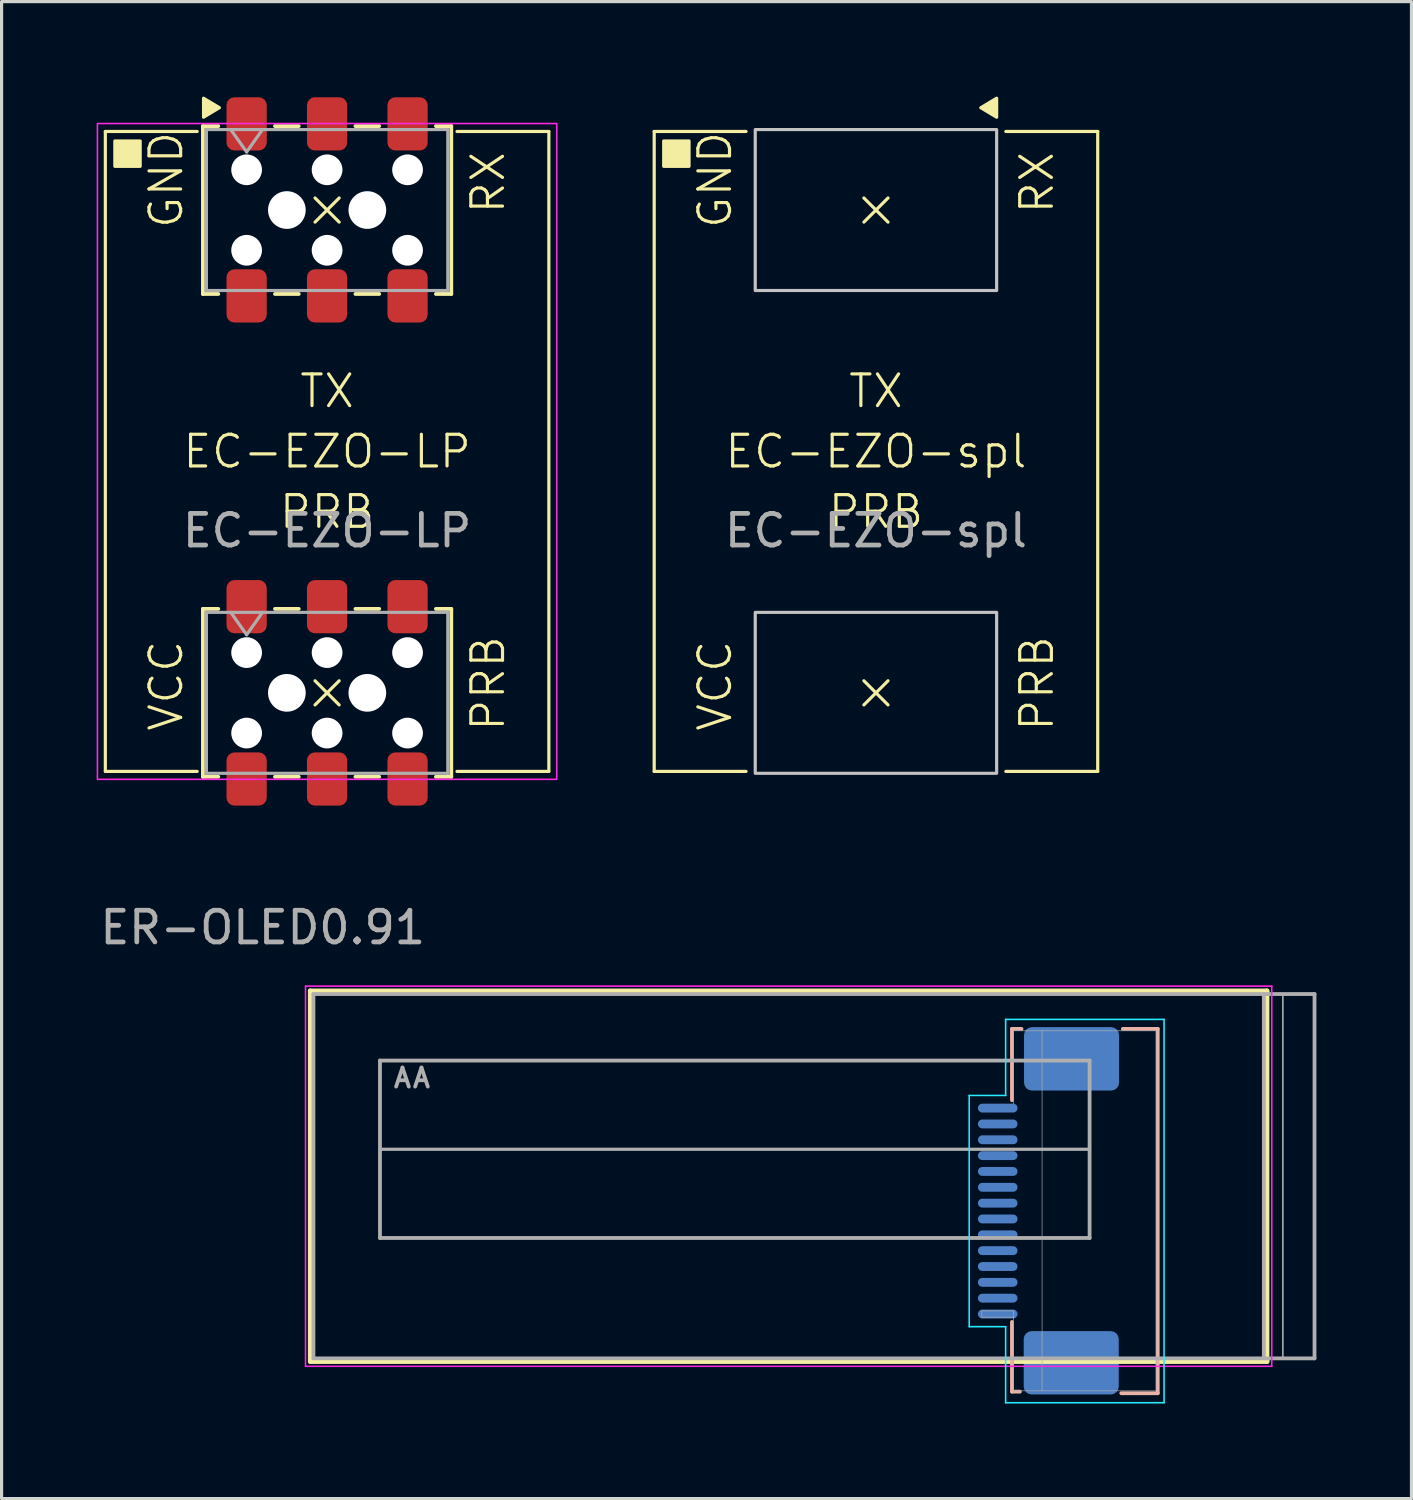
<source format=kicad_pcb>
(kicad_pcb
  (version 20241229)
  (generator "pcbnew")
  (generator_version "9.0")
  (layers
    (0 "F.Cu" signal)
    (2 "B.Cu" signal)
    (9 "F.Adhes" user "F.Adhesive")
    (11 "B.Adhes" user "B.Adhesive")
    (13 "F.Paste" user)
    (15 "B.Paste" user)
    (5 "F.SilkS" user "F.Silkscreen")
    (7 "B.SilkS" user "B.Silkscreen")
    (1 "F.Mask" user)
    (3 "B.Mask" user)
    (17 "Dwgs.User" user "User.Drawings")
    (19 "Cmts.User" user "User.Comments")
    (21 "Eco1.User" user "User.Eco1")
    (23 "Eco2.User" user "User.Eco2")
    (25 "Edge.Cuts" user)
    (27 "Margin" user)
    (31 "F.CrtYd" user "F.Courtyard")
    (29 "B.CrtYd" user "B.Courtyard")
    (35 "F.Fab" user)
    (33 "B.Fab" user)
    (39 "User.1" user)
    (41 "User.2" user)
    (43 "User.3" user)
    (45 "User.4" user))
  (footprint "EC-EZO-LP"
    (layer "F.Cu")
    (at 7.275 11.2)
    (property "Reference" "EC-EZO-LP" (at 0 0 0) (unlocked yes) (layer "F.SilkS") (effects (font (size 1 1) (thickness 0.1))))
    (attr through_hole)
    (fp_line (start -7 -10.1) (end -7 10.1) (stroke (width 0.1) (type default)) (layer "F.SilkS"))
    (fp_line (start -7 10.1) (end -4.1 10.1) (stroke (width 0.1) (type default)) (layer "F.SilkS"))
    (fp_line (start -4.1 -10.1) (end -7 -10.1) (stroke (width 0.1) (type default)) (layer "F.SilkS"))
    (fp_line (start -3.92 -10.27) (end -3.92 -4.97) (stroke (width 0.12) (type solid)) (layer "F.SilkS"))
    (fp_line (start -3.92 -4.97) (end -3.435 -4.97) (stroke (width 0.12) (type solid)) (layer "F.SilkS"))
    (fp_line (start -3.92 4.97) (end -3.92 10.27) (stroke (width 0.12) (type solid)) (layer "F.SilkS"))
    (fp_line (start -3.92 10.27) (end -3.435 10.27) (stroke (width 0.12) (type solid)) (layer "F.SilkS"))
    (fp_line (start -3.435 -10.27) (end -3.92 -10.27) (stroke (width 0.12) (type solid)) (layer "F.SilkS"))
    (fp_line (start -3.435 4.97) (end -3.92 4.97) (stroke (width 0.12) (type solid)) (layer "F.SilkS"))
    (fp_line (start -1.645 -10.27) (end -0.895 -10.27) (stroke (width 0.12) (type solid)) (layer "F.SilkS"))
    (fp_line (start -1.645 -4.97) (end -0.895 -4.97) (stroke (width 0.12) (type solid)) (layer "F.SilkS"))
    (fp_line (start -1.645 4.97) (end -0.895 4.97) (stroke (width 0.12) (type solid)) (layer "F.SilkS"))
    (fp_line (start -1.645 10.27) (end -0.895 10.27) (stroke (width 0.12) (type solid)) (layer "F.SilkS"))
    (fp_line (start -0.381 -8.001) (end 0.381 -7.239) (stroke (width 0.1) (type default)) (layer "F.SilkS"))
    (fp_line (start -0.381 7.239) (end 0.381 8.001) (stroke (width 0.1) (type default)) (layer "F.SilkS"))
    (fp_line (start 0.381 -8.001) (end -0.381 -7.239) (stroke (width 0.1) (type default)) (layer "F.SilkS"))
    (fp_line (start 0.381 7.239) (end -0.381 8.001) (stroke (width 0.1) (type default)) (layer "F.SilkS"))
    (fp_line (start 0.895 -10.27) (end 1.645 -10.27) (stroke (width 0.12) (type solid)) (layer "F.SilkS"))
    (fp_line (start 0.895 -4.97) (end 1.645 -4.97) (stroke (width 0.12) (type solid)) (layer "F.SilkS"))
    (fp_line (start 0.895 4.97) (end 1.645 4.97) (stroke (width 0.12) (type solid)) (layer "F.SilkS"))
    (fp_line (start 0.895 10.27) (end 1.645 10.27) (stroke (width 0.12) (type solid)) (layer "F.SilkS"))
    (fp_line (start 3.435 -10.27) (end 3.92 -10.27) (stroke (width 0.12) (type solid)) (layer "F.SilkS"))
    (fp_line (start 3.435 4.97) (end 3.92 4.97) (stroke (width 0.12) (type solid)) (layer "F.SilkS"))
    (fp_line (start 3.92 -10.27) (end 3.92 -4.97) (stroke (width 0.12) (type solid)) (layer "F.SilkS"))
    (fp_line (start 3.92 -4.97) (end 3.435 -4.97) (stroke (width 0.12) (type solid)) (layer "F.SilkS"))
    (fp_line (start 3.92 4.97) (end 3.92 10.27) (stroke (width 0.12) (type solid)) (layer "F.SilkS"))
    (fp_line (start 3.92 10.27) (end 3.435 10.27) (stroke (width 0.12) (type solid)) (layer "F.SilkS"))
    (fp_line (start 4.1 10.1) (end 7 10.1) (stroke (width 0.1) (type default)) (layer "F.SilkS"))
    (fp_line (start 7 -10.1) (end 4.1 -10.1) (stroke (width 0.1) (type default)) (layer "F.SilkS"))
    (fp_line (start 7 10.1) (end 7 -10.1) (stroke (width 0.1) (type default)) (layer "F.SilkS"))
    (fp_rect (start -6.7 -9.8) (end -5.9 -9) (stroke (width 0.1) (type solid)) (fill yes) (layer "F.SilkS"))
    (fp_poly (pts (xy -3.9 -10.55) (xy -3.4 -10.85) (xy -3.9 -11.15)) (stroke (width 0.1) (type solid)) (fill yes) (layer "F.SilkS"))
    (fp_rect (start -7.25 -10.35) (end 7.25 10.35) (stroke (width 0.05) (type default)) (fill no) (layer "F.CrtYd"))
    (fp_line (start -3.81 -10.16) (end 3.81 -10.16) (stroke (width 0.1) (type solid)) (layer "F.Fab"))
    (fp_line (start -3.81 -5.08) (end -3.81 -10.16) (stroke (width 0.1) (type solid)) (layer "F.Fab"))
    (fp_line (start -3.81 5.08) (end 3.81 5.08) (stroke (width 0.1) (type solid)) (layer "F.Fab"))
    (fp_line (start -3.81 10.16) (end -3.81 5.08) (stroke (width 0.1) (type solid)) (layer "F.Fab"))
    (fp_line (start -3.04 -10.16) (end -2.54 -9.453) (stroke (width 0.1) (type solid)) (layer "F.Fab"))
    (fp_line (start -3.04 5.08) (end -2.54 5.787) (stroke (width 0.1) (type solid)) (layer "F.Fab"))
    (fp_line (start -2.54 -9.453) (end -2.04 -10.16) (stroke (width 0.1) (type solid)) (layer "F.Fab"))
    (fp_line (start -2.54 5.787) (end -2.04 5.08) (stroke (width 0.1) (type solid)) (layer "F.Fab"))
    (fp_line (start 3.81 -10.16) (end 3.81 -5.08) (stroke (width 0.1) (type solid)) (layer "F.Fab"))
    (fp_line (start 3.81 -5.08) (end -3.81 -5.08) (stroke (width 0.1) (type solid)) (layer "F.Fab"))
    (fp_line (start 3.81 5.08) (end 3.81 10.16) (stroke (width 0.1) (type solid)) (layer "F.Fab"))
    (fp_line (start 3.81 10.16) (end -3.81 10.16) (stroke (width 0.1) (type solid)) (layer "F.Fab"))
    (fp_text user "PRB" (at 0 1.905 0) (unlocked yes) (layer "F.SilkS") (effects (font (size 1 1) (thickness 0.1))))
    (fp_text user "GND" (at -5.08 -10.16 90) (unlocked yes) (layer "F.SilkS") (effects (font (size 1 1) (thickness 0.1)) (justify right)))
    (fp_text user "TX" (at 0 -1.905 0) (unlocked yes) (layer "F.SilkS") (effects (font (size 1 1) (thickness 0.1))))
    (fp_text user "PRB" (at 5.08 8.89 90) (unlocked yes) (layer "F.SilkS") (effects (font (size 1 1) (thickness 0.1)) (justify left)))
    (fp_text user "RX" (at 5.08 -9.525 90) (unlocked yes) (layer "F.SilkS") (effects (font (size 1 1) (thickness 0.1)) (justify right)))
    (fp_text user "VCC" (at -5.08 8.89 90) (unlocked yes) (layer "F.SilkS") (effects (font (size 1 1) (thickness 0.1)) (justify left)))
    (fp_text user "${REFERENCE}" (at 0 2.5 0) (unlocked yes) (layer "F.Fab") (effects (font (size 1 1) (thickness 0.15))))
    (pad "" np_thru_hole circle (at -2.54 -8.89) (size 0.97 0.97) (drill 0.97) (layers "*.Cu" "*.Mask"))
    (pad "" np_thru_hole circle (at -2.54 -6.35) (size 0.97 0.97) (drill 0.97) (layers "*.Cu" "*.Mask"))
    (pad "" np_thru_hole circle (at -2.54 6.35) (size 0.97 0.97) (drill 0.97) (layers "*.Cu" "*.Mask"))
    (pad "" np_thru_hole circle (at -2.54 8.89) (size 0.97 0.97) (drill 0.97) (layers "*.Cu" "*.Mask"))
    (pad "" np_thru_hole circle (at -1.27 -7.62) (size 1.19 1.19) (drill 1.19) (layers "*.Cu" "*.Mask"))
    (pad "" np_thru_hole circle (at -1.27 7.62) (size 1.19 1.19) (drill 1.19) (layers "*.Cu" "*.Mask"))
    (pad "" np_thru_hole circle (at 0 -8.89) (size 0.97 0.97) (drill 0.97) (layers "*.Cu" "*.Mask"))
    (pad "" np_thru_hole circle (at 0 -6.35) (size 0.97 0.97) (drill 0.97) (layers "*.Cu" "*.Mask"))
    (pad "" np_thru_hole circle (at 0 6.35) (size 0.97 0.97) (drill 0.97) (layers "*.Cu" "*.Mask"))
    (pad "" np_thru_hole circle (at 0 8.89) (size 0.97 0.97) (drill 0.97) (layers "*.Cu" "*.Mask"))
    (pad "" np_thru_hole circle (at 1.27 -7.62) (size 1.19 1.19) (drill 1.19) (layers "*.Cu" "*.Mask"))
    (pad "" np_thru_hole circle (at 1.27 7.62) (size 1.19 1.19) (drill 1.19) (layers "*.Cu" "*.Mask"))
    (pad "" np_thru_hole circle (at 2.54 -8.89) (size 0.97 0.97) (drill 0.97) (layers "*.Cu" "*.Mask"))
    (pad "" np_thru_hole circle (at 2.54 -6.35) (size 0.97 0.97) (drill 0.97) (layers "*.Cu" "*.Mask"))
    (pad "" np_thru_hole circle (at 2.54 6.35) (size 0.97 0.97) (drill 0.97) (layers "*.Cu" "*.Mask"))
    (pad "" np_thru_hole circle (at 2.54 8.89) (size 0.97 0.97) (drill 0.97) (layers "*.Cu" "*.Mask"))
    (pad "1" smd roundrect (at -2.54 -10.34) (size 1.27 1.68) (layers "F.Cu" "F.Mask" "F.Paste") (roundrect_rratio 0.197))
    (pad "2" smd roundrect (at 0 -10.34) (size 1.27 1.68) (layers "F.Cu" "F.Mask" "F.Paste") (roundrect_rratio 0.197))
    (pad "3" smd roundrect (at 2.54 -10.34) (size 1.27 1.68) (layers "F.Cu" "F.Mask" "F.Paste") (roundrect_rratio 0.197))
    (pad "4" smd roundrect (at 2.54 10.34) (size 1.27 1.68) (layers "F.Cu" "F.Mask" "F.Paste") (roundrect_rratio 0.197))
    (pad "5" smd roundrect (at 0 10.34) (size 1.27 1.68) (layers "F.Cu" "F.Mask" "F.Paste") (roundrect_rratio 0.197))
    (pad "6" smd roundrect (at -2.54 10.34) (size 1.27 1.68) (layers "F.Cu" "F.Mask" "F.Paste") (roundrect_rratio 0.197))
    (pad "NC" smd roundrect (at -2.54 -4.91) (size 1.27 1.68) (layers "F.Cu" "F.Mask" "F.Paste") (roundrect_rratio 0.197))
    (pad "NC" smd roundrect (at -2.54 4.9) (size 1.27 1.68) (layers "F.Cu" "F.Mask" "F.Paste") (roundrect_rratio 0.197))
    (pad "NC" smd roundrect (at 0 -4.91) (size 1.27 1.68) (layers "F.Cu" "F.Mask" "F.Paste") (roundrect_rratio 0.197))
    (pad "NC" smd roundrect (at 0 4.9) (size 1.27 1.68) (layers "F.Cu" "F.Mask" "F.Paste") (roundrect_rratio 0.197))
    (pad "NC" smd roundrect (at 2.54 -4.91) (size 1.27 1.68) (layers "F.Cu" "F.Mask" "F.Paste") (roundrect_rratio 0.197))
    (pad "NC" smd roundrect (at 2.54 4.9) (size 1.27 1.68) (layers "F.Cu" "F.Mask" "F.Paste") (roundrect_rratio 0.197)))
  (footprint "EC-EZO-spl"
    (layer "F.Cu")
    (at 24.6 11.2)
    (property "Reference" "EC-EZO-spl" (at 0 0 0) (unlocked yes) (layer "F.SilkS") (effects (font (size 1 1) (thickness 0.1))))
    (attr through_hole)
    (fp_line (start -7 -10.1) (end -7 10.1) (stroke (width 0.1) (type default)) (layer "F.SilkS"))
    (fp_line (start -7 10.1) (end -4.1 10.1) (stroke (width 0.1) (type default)) (layer "F.SilkS"))
    (fp_line (start -4.1 -10.1) (end -7 -10.1) (stroke (width 0.1) (type default)) (layer "F.SilkS"))
    (fp_line (start -0.381 -8.001) (end 0.381 -7.239) (stroke (width 0.1) (type default)) (layer "F.SilkS"))
    (fp_line (start -0.381 7.239) (end 0.381 8.001) (stroke (width 0.1) (type default)) (layer "F.SilkS"))
    (fp_line (start 0.381 -8.001) (end -0.381 -7.239) (stroke (width 0.1) (type default)) (layer "F.SilkS"))
    (fp_line (start 0.381 7.239) (end -0.381 8.001) (stroke (width 0.1) (type default)) (layer "F.SilkS"))
    (fp_line (start 4.1 10.1) (end 7 10.1) (stroke (width 0.1) (type default)) (layer "F.SilkS"))
    (fp_line (start 7 -10.1) (end 4.1 -10.1) (stroke (width 0.1) (type default)) (layer "F.SilkS"))
    (fp_line (start 7 10.1) (end 7 -10.1) (stroke (width 0.1) (type default)) (layer "F.SilkS"))
    (fp_rect (start -6.7 -9.8) (end -5.9 -9) (stroke (width 0.1) (type solid)) (fill yes) (layer "F.SilkS"))
    (fp_poly (pts (xy 3.81 -11.15) (xy 3.31 -10.85) (xy 3.81 -10.55)) (stroke (width 0.1) (type solid)) (fill yes) (layer "F.SilkS"))
    (fp_rect (start -3.81 -10.16) (end 3.81 -5.08) (stroke (width 0.1) (type default)) (fill no) (layer "Dwgs.User"))
    (fp_rect (start -3.81 5.08) (end 3.81 10.16) (stroke (width 0.1) (type default)) (fill no) (layer "Dwgs.User"))
    (fp_text user "TX" (at 0 -1.905 0) (unlocked yes) (layer "F.SilkS") (effects (font (size 1 1) (thickness 0.1))))
    (fp_text user "VCC" (at -5.08 8.89 90) (unlocked yes) (layer "F.SilkS") (effects (font (size 1 1) (thickness 0.1)) (justify left)))
    (fp_text user "GND" (at -5.08 -10.16 90) (unlocked yes) (layer "F.SilkS") (effects (font (size 1 1) (thickness 0.1)) (justify right)))
    (fp_text user "PRB" (at 5.08 8.89 90) (unlocked yes) (layer "F.SilkS") (effects (font (size 1 1) (thickness 0.1)) (justify left)))
    (fp_text user "RX" (at 5.08 -9.525 90) (unlocked yes) (layer "F.SilkS") (effects (font (size 1 1) (thickness 0.1)) (justify right)))
    (fp_text user "PRB" (at 0 1.905 0) (unlocked yes) (layer "F.SilkS") (effects (font (size 1 1) (thickness 0.1))))
    (fp_text user "${REFERENCE}" (at 0 2.5 0) (unlocked yes) (layer "F.Fab") (effects (font (size 1 1) (thickness 0.15)))))
  (footprint "ER-OLED0.91"
    (layer "F.Cu")
    (at 6.844 28.328)
    (property "Reference" "ER-OLED0.91" (at -1.6 -2.1 0) (layer "F.Fab") (effects (font (size 1 1) (thickness 0.15))))
    (attr through_hole)
    (fp_line (start -0.1 -0.1) (end 30.1 -0.1) (stroke (width 0.15) (type solid)) (layer "F.SilkS"))
    (fp_line (start -0.1 11.6) (end -0.1 -0.1) (stroke (width 0.15) (type solid)) (layer "F.SilkS"))
    (fp_line (start 30.1 -0.1) (end 30.1 11.6) (stroke (width 0.15) (type solid)) (layer "F.SilkS"))
    (fp_line (start 30.1 11.6) (end -0.1 11.6) (stroke (width 0.15) (type solid)) (layer "F.SilkS"))
    (fp_line (start 22.05 1.1) (end 22.35 1.1) (stroke (width 0.12) (type solid)) (layer "B.SilkS"))
    (fp_line (start 22.05 3.35) (end 22.05 1.1) (stroke (width 0.12) (type solid)) (layer "B.SilkS"))
    (fp_line (start 22.05 12.55) (end 22.05 10.35) (stroke (width 0.12) (type solid)) (layer "B.SilkS"))
    (fp_line (start 22.3 12.55) (end 22.05 12.55) (stroke (width 0.12) (type solid)) (layer "B.SilkS"))
    (fp_line (start 25.55 1.1) (end 26.65 1.1) (stroke (width 0.12) (type solid)) (layer "B.SilkS"))
    (fp_line (start 26.65 1.1) (end 26.65 12.6) (stroke (width 0.12) (type solid)) (layer "B.SilkS"))
    (fp_line (start 26.65 12.6) (end 25.5 12.6) (stroke (width 0.12) (type solid)) (layer "B.SilkS"))
    (fp_line (start 20.7 3.2) (end 21.85 3.2) (stroke (width 0.05) (type solid)) (layer "B.CrtYd"))
    (fp_line (start 20.7 10.5) (end 20.7 3.2) (stroke (width 0.05) (type solid)) (layer "B.CrtYd"))
    (fp_line (start 21.85 0.8) (end 26.85 0.8) (stroke (width 0.05) (type solid)) (layer "B.CrtYd"))
    (fp_line (start 21.85 3.2) (end 21.85 0.8) (stroke (width 0.05) (type solid)) (layer "B.CrtYd"))
    (fp_line (start 21.85 10.5) (end 20.7 10.5) (stroke (width 0.05) (type solid)) (layer "B.CrtYd"))
    (fp_line (start 21.85 12.9) (end 21.85 10.5) (stroke (width 0.05) (type solid)) (layer "B.CrtYd"))
    (fp_line (start 26.85 0.8) (end 26.85 12.9) (stroke (width 0.05) (type solid)) (layer "B.CrtYd"))
    (fp_line (start 26.85 12.9) (end 21.85 12.9) (stroke (width 0.05) (type solid)) (layer "B.CrtYd"))
    (fp_line (start -0.25 -0.25) (end 30.25 -0.25) (stroke (width 0.05) (type solid)) (layer "F.CrtYd"))
    (fp_line (start -0.25 11.75) (end -0.25 -0.25) (stroke (width 0.05) (type solid)) (layer "F.CrtYd"))
    (fp_line (start 30.25 -0.25) (end 30.25 11.75) (stroke (width 0.05) (type solid)) (layer "F.CrtYd"))
    (fp_line (start 30.25 11.75) (end -0.25 11.75) (stroke (width 0.05) (type solid)) (layer "F.CrtYd"))
    (fp_line (start 0 0) (end 31.6 0) (stroke (width 0.12) (type solid)) (layer "F.Fab"))
    (fp_line (start 0 11.5) (end 0 0) (stroke (width 0.12) (type solid)) (layer "F.Fab"))
    (fp_line (start 2.1 2.1) (end 24.5 2.1) (stroke (width 0.12) (type solid)) (layer "F.Fab"))
    (fp_line (start 2.1 4.9) (end 24.5 4.9) (stroke (width 0.1) (type solid)) (layer "F.Fab"))
    (fp_line (start 2.1 7.7) (end 2.1 2.1) (stroke (width 0.12) (type solid)) (layer "F.Fab"))
    (fp_line (start 2.61 2.92) (end 2.81 2.32) (stroke (width 0.12) (type solid)) (layer "F.Fab"))
    (fp_line (start 2.71 2.72) (end 2.91 2.72) (stroke (width 0.12) (type solid)) (layer "F.Fab"))
    (fp_line (start 2.81 2.32) (end 3.01 2.92) (stroke (width 0.12) (type solid)) (layer "F.Fab"))
    (fp_line (start 3.21 2.92) (end 3.41 2.32) (stroke (width 0.12) (type solid)) (layer "F.Fab"))
    (fp_line (start 3.31 2.72) (end 3.51 2.72) (stroke (width 0.12) (type solid)) (layer "F.Fab"))
    (fp_line (start 3.41 2.32) (end 3.61 2.92) (stroke (width 0.12) (type solid)) (layer "F.Fab"))
    (fp_line (start 21.1 10) (end 21.1 10.2) (stroke (width 0.02) (type solid)) (layer "F.Fab"))
    (fp_line (start 21.1 10.2) (end 22.1 10.2) (stroke (width 0.02) (type solid)) (layer "F.Fab"))
    (fp_line (start 22.1 1.16) (end 22.1 3.46) (stroke (width 0.02) (type solid)) (layer "F.Fab"))
    (fp_line (start 22.1 10) (end 21.1 10) (stroke (width 0.02) (type solid)) (layer "F.Fab"))
    (fp_line (start 22.1 10.2) (end 22.1 10) (stroke (width 0.02) (type solid)) (layer "F.Fab"))
    (fp_line (start 22.1 10.2) (end 22.1 12.525) (stroke (width 0.02) (type solid)) (layer "F.Fab"))
    (fp_line (start 22.1 12.525) (end 26.6 12.525) (stroke (width 0.02) (type solid)) (layer "F.Fab"))
    (fp_line (start 23 12.525) (end 23 1.16) (stroke (width 0.02) (type solid)) (layer "F.Fab"))
    (fp_line (start 24.5 2.1) (end 24.5 7.7) (stroke (width 0.12) (type solid)) (layer "F.Fab"))
    (fp_line (start 24.5 7.7) (end 2.1 7.7) (stroke (width 0.12) (type solid)) (layer "F.Fab"))
    (fp_line (start 26.6 1.16) (end 22.1 1.16) (stroke (width 0.02) (type solid)) (layer "F.Fab"))
    (fp_line (start 26.6 12.525) (end 26.6 1.16) (stroke (width 0.02) (type solid)) (layer "F.Fab"))
    (fp_line (start 30 0) (end 30 11.5) (stroke (width 0.12) (type solid)) (layer "F.Fab"))
    (fp_line (start 30.6 0) (end 30.6 11.5) (stroke (width 0.05) (type solid)) (layer "F.Fab"))
    (fp_line (start 31.6 0) (end 31.6 11.5) (stroke (width 0.12) (type solid)) (layer "F.Fab"))
    (fp_line (start 31.6 11.5) (end 0 11.5) (stroke (width 0.12) (type solid)) (layer "F.Fab"))
    (pad "" smd roundrect (at 23.92 11.64) (size 3 2) (layers "B.Cu" "B.Mask" "B.Paste") (roundrect_rratio 0.125))
    (pad "" smd roundrect (at 23.93 2.045) (size 3 2) (layers "B.Cu" "B.Mask" "B.Paste") (roundrect_rratio 0.125))
    (pad "1" smd oval (at 21.6 10.1) (size 1.25 0.28) (layers "B.Cu" "B.Mask" "B.Paste"))
    (pad "2" smd oval (at 21.6 9.6) (size 1.25 0.28) (layers "B.Cu" "B.Mask" "B.Paste"))
    (pad "3" smd oval (at 21.6 9.1) (size 1.25 0.28) (layers "B.Cu" "B.Mask" "B.Paste"))
    (pad "4" smd oval (at 21.6 8.6) (size 1.25 0.28) (layers "B.Cu" "B.Mask" "B.Paste"))
    (pad "5" smd oval (at 21.6 8.1) (size 1.25 0.28) (layers "B.Cu" "B.Mask" "B.Paste"))
    (pad "7" smd oval (at 21.6 7.6) (size 1.25 0.28) (layers "B.Cu" "B.Mask" "B.Paste"))
    (pad "8" smd oval (at 21.6 7.1) (size 1.25 0.28) (layers "B.Cu" "B.Mask" "B.Paste"))
    (pad "9" smd oval (at 21.6 6.6) (size 1.25 0.28) (layers "B.Cu" "B.Mask" "B.Paste"))
    (pad "10" smd oval (at 21.6 6.1) (size 1.25 0.28) (layers "B.Cu" "B.Mask" "B.Paste"))
    (pad "11" smd oval (at 21.6 5.6) (size 1.25 0.28) (layers "B.Cu" "B.Mask" "B.Paste"))
    (pad "12" smd oval (at 21.6 5.1) (size 1.25 0.28) (layers "B.Cu" "B.Mask" "B.Paste"))
    (pad "13" smd oval (at 21.6 4.6) (size 1.25 0.28) (layers "B.Cu" "B.Mask" "B.Paste"))
    (pad "14" smd oval (at 21.6 4.1) (size 1.25 0.28) (layers "B.Cu" "B.Mask" "B.Paste"))
    (pad "15" smd oval (at 21.6 3.6) (size 1.25 0.28) (layers "B.Cu" "B.Mask" "B.Paste")))
  (gr_rect
    (start -3 -3)
    (end 41.504 44.253)
    (stroke (width 0.1) (type default))
    (fill no)
    (layer "Edge.Cuts")))
</source>
